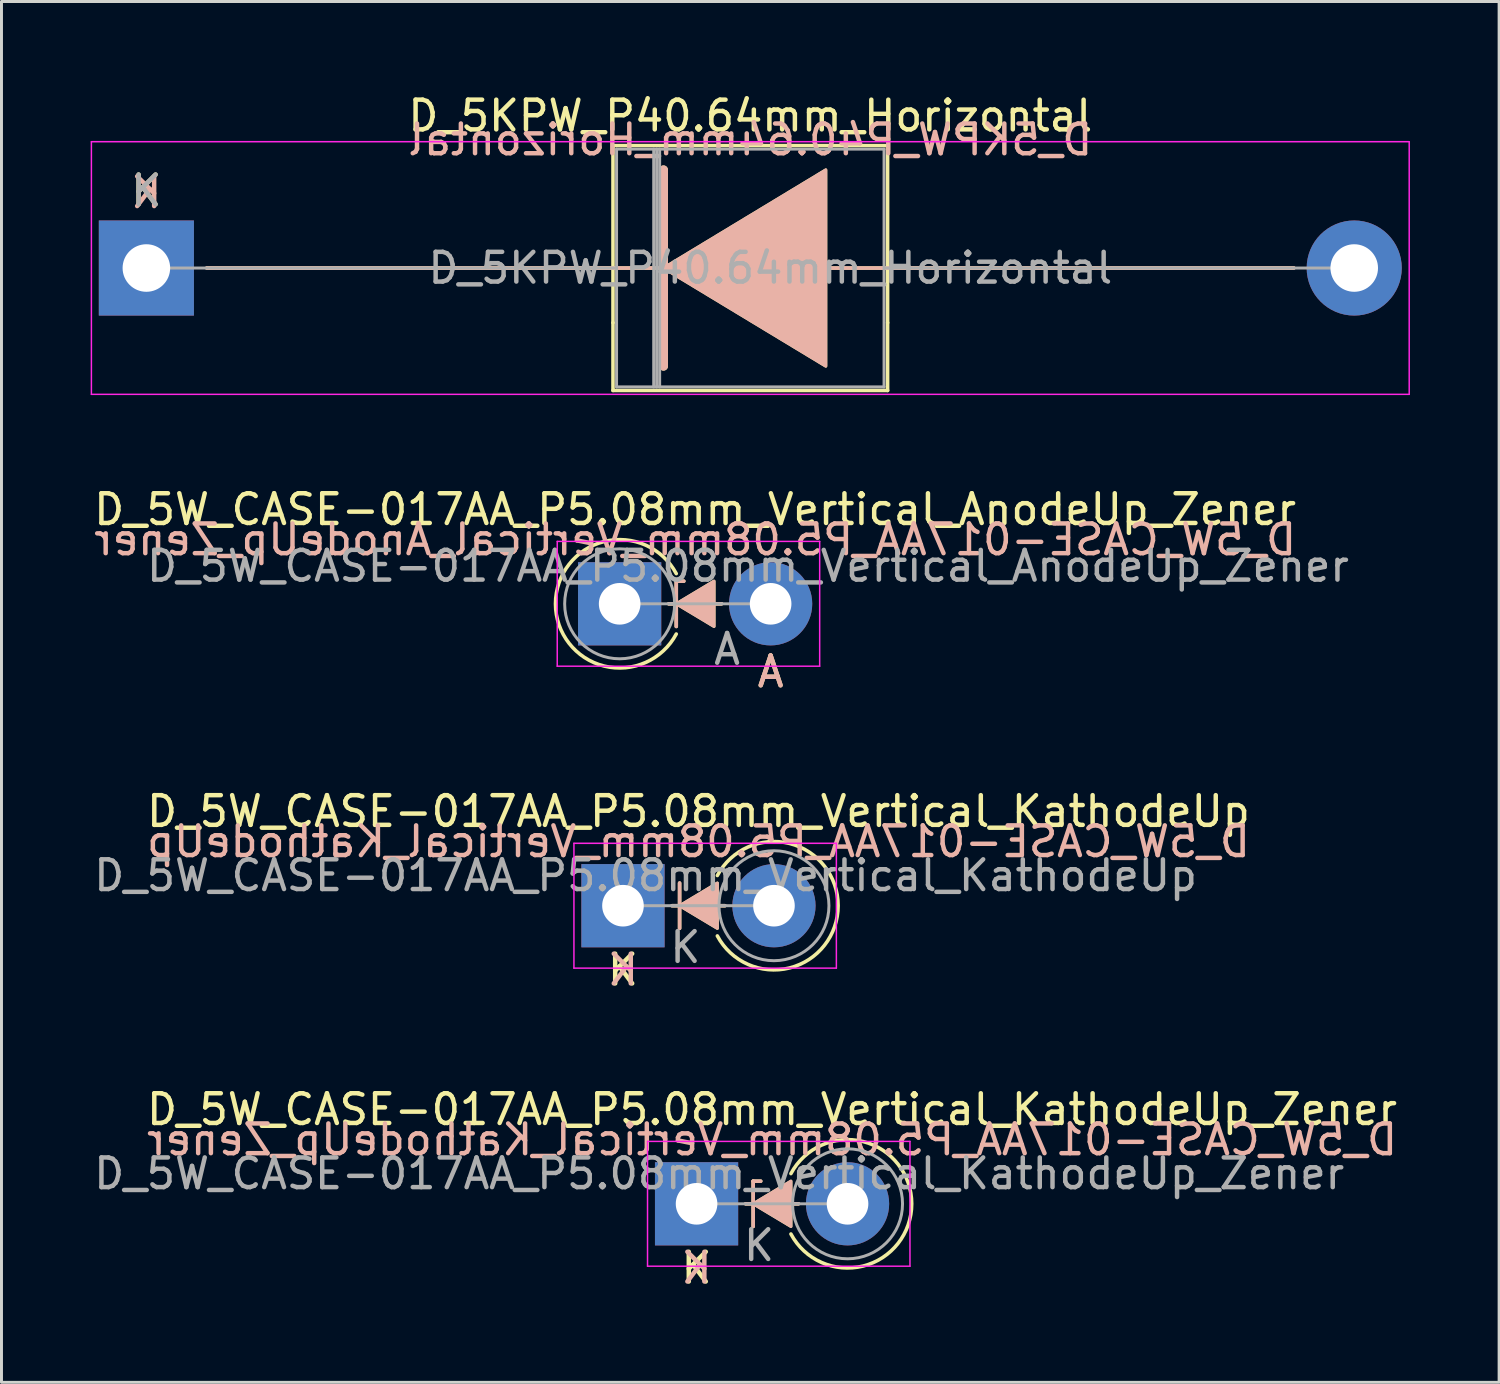
<source format=kicad_pcb>
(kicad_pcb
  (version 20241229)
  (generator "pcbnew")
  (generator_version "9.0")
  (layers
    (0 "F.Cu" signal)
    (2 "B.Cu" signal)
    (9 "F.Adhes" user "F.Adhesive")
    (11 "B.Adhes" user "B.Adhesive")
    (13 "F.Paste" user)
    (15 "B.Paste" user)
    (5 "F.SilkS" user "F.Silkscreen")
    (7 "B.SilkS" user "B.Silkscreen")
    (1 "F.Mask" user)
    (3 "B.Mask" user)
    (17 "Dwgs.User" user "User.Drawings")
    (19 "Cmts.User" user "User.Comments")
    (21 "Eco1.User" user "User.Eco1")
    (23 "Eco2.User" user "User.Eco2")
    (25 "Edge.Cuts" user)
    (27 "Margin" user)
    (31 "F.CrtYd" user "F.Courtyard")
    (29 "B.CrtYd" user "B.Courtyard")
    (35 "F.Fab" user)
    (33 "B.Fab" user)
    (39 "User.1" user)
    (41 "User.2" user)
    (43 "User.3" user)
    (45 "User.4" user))
  (footprint "D_5KPW_P40.64mm_Horizontal"
    (layer "F.Cu")
    (at 1.875 5.968)
    (property "Reference" "D_5KPW_P40.64mm_Horizontal" (at 20.32 -5.12 0) (layer "F.SilkS") (effects (font (size 1 1) (thickness 0.15))))
    (fp_line (start 2.032 0) (end 17.399 0) (stroke (width 0.12) (type solid)) (layer "F.SilkS"))
    (fp_line (start 15.7 -4.12) (end 24.94 -4.12) (stroke (width 0.12) (type solid)) (layer "F.SilkS"))
    (fp_line (start 15.7 1.84) (end 15.7 -4.12) (stroke (width 0.12) (type solid)) (layer "F.SilkS"))
    (fp_line (start 15.7 1.84) (end 15.7 4.12) (stroke (width 0.12) (type solid)) (layer "F.SilkS"))
    (fp_line (start 15.7 4.12) (end 24.94 4.12) (stroke (width 0.12) (type solid)) (layer "F.SilkS"))
    (fp_line (start 17.399 -3.302) (end 17.399 3.302) (stroke (width 0.3) (type solid)) (layer "F.SilkS"))
    (fp_line (start 24.94 -4.12) (end 24.94 1.84) (stroke (width 0.12) (type solid)) (layer "F.SilkS"))
    (fp_line (start 24.94 4.12) (end 24.94 1.84) (stroke (width 0.12) (type solid)) (layer "F.SilkS"))
    (fp_line (start 38.608 0) (end 22.37 0) (stroke (width 0.12) (type solid)) (layer "F.SilkS"))
    (fp_poly (pts (xy 22.86 3.302) (xy 17.399 0) (xy 22.86 -3.302)) (stroke (width 0.1) (type solid)) (fill yes) (layer "F.SilkS"))
    (fp_line (start 2.032 0) (end 17.399 0) (stroke (width 0.12) (type solid)) (layer "B.SilkS"))
    (fp_line (start 17.399 3.302) (end 17.399 -3.302) (stroke (width 0.3) (type solid)) (layer "B.SilkS"))
    (fp_line (start 38.608 0) (end 22.37 0) (stroke (width 0.12) (type solid)) (layer "B.SilkS"))
    (fp_poly (pts (xy 22.86 -3.302) (xy 17.399 0) (xy 22.86 3.302)) (stroke (width 0.1) (type solid)) (fill yes) (layer "B.SilkS"))
    (fp_line (start -1.85 -4.25) (end -1.85 4.25) (stroke (width 0.05) (type solid)) (layer "F.CrtYd"))
    (fp_line (start -1.85 4.25) (end 42.49 4.25) (stroke (width 0.05) (type solid)) (layer "F.CrtYd"))
    (fp_line (start 42.49 -4.25) (end -1.85 -4.25) (stroke (width 0.05) (type solid)) (layer "F.CrtYd"))
    (fp_line (start 42.49 4.25) (end 42.49 -4.25) (stroke (width 0.05) (type solid)) (layer "F.CrtYd"))
    (fp_line (start 0 0) (end 15.82 0) (stroke (width 0.1) (type solid)) (layer "F.Fab"))
    (fp_line (start 15.82 -4) (end 15.82 4) (stroke (width 0.1) (type solid)) (layer "F.Fab"))
    (fp_line (start 15.82 4) (end 24.82 4) (stroke (width 0.1) (type solid)) (layer "F.Fab"))
    (fp_line (start 17.07 -4) (end 17.07 4) (stroke (width 0.1) (type solid)) (layer "F.Fab"))
    (fp_line (start 17.17 -4) (end 17.17 4) (stroke (width 0.1) (type solid)) (layer "F.Fab"))
    (fp_line (start 17.27 -4) (end 17.27 4) (stroke (width 0.1) (type solid)) (layer "F.Fab"))
    (fp_line (start 24.82 -4) (end 15.82 -4) (stroke (width 0.1) (type solid)) (layer "F.Fab"))
    (fp_line (start 24.82 4) (end 24.82 -4) (stroke (width 0.1) (type solid)) (layer "F.Fab"))
    (fp_line (start 40.64 0) (end 24.892 0) (stroke (width 0.1) (type solid)) (layer "F.Fab"))
    (fp_text user "K" (at 0 -2.6 0) (layer "F.SilkS") (effects (font (size 1 1) (thickness 0.15))))
    (fp_text user "K" (at 0 -2.54 180) (layer "B.SilkS") (effects (font (size 1 1) (thickness 0.15)) (justify mirror)))
    (fp_text user "${REFERENCE}" (at 20.32 -4.318 0) (layer "B.SilkS") (effects (font (size 1 1) (thickness 0.15)) (justify mirror)))
    (fp_text user "K" (at 0 -2.6 0) (layer "F.Fab") (effects (font (size 1 1) (thickness 0.15))))
    (fp_text user "${REFERENCE}" (at 20.995 0 0) (layer "F.Fab") (effects (font (size 1 1) (thickness 0.15))))
    (pad "1" thru_hole rect (at 0 0) (size 3.2 3.2) (drill 1.6) (layers "*.Cu" "*.Mask"))
    (pad "2" thru_hole oval (at 40.64 0) (size 3.2 3.2) (drill 1.6) (layers "*.Cu" "*.Mask")))
  (footprint "D_5W_CASE-017AA_P5.08mm_Vertical_AnodeUp_Zener"
    (layer "F.Cu")
    (at 17.799 17.266)
    (property "Reference" "D_5W_CASE-017AA_P5.08mm_Vertical_AnodeUp_Zener" (at 2.54 -3.175 0) (layer "F.SilkS") (effects (font (size 1 1) (thickness 0.15))))
    (attr through_hole)
    (fp_line (start 1.651 0) (end 3.429 0) (stroke (width 0.12) (type solid)) (layer "F.SilkS"))
    (fp_line (start 1.905 -0.762) (end 1.905 0.762) (stroke (width 0.12) (type solid)) (layer "F.SilkS"))
    (fp_line (start 1.905 -0.762) (end 2.159 -0.762) (stroke (width 0.12) (type solid)) (layer "F.SilkS"))
    (fp_arc (start 1.904999 1.016) (mid -2.158999 0) (end 1.904999 -1.016) (stroke (width 0.12) (type solid)) (layer "F.SilkS"))
    (fp_poly (pts (xy 3.175 0.762) (xy 1.905 0) (xy 3.175 -0.762)) (stroke (width 0.1) (type solid)) (fill yes) (layer "F.SilkS"))
    (fp_line (start 1.651 0) (end 3.429 0) (stroke (width 0.12) (type solid)) (layer "B.SilkS"))
    (fp_line (start 1.905 -0.762) (end 2.159 -0.762) (stroke (width 0.12) (type solid)) (layer "B.SilkS"))
    (fp_line (start 1.905 0.762) (end 1.905 -0.762) (stroke (width 0.12) (type solid)) (layer "B.SilkS"))
    (fp_poly (pts (xy 3.175 -0.762) (xy 1.905 0) (xy 3.175 0.762)) (stroke (width 0.1) (type solid)) (fill yes) (layer "B.SilkS"))
    (fp_line (start -2.1 -2.1) (end -2.1 2.1) (stroke (width 0.05) (type solid)) (layer "F.CrtYd"))
    (fp_line (start -2.1 2.1) (end 6.73 2.1) (stroke (width 0.05) (type solid)) (layer "F.CrtYd"))
    (fp_line (start 6.73 -2.1) (end -2.1 -2.1) (stroke (width 0.05) (type solid)) (layer "F.CrtYd"))
    (fp_line (start 6.73 2.1) (end 6.73 -2.1) (stroke (width 0.05) (type solid)) (layer "F.CrtYd"))
    (fp_line (start 0 0) (end 5.08 0) (stroke (width 0.1) (type solid)) (layer "F.Fab"))
    (fp_circle (center 0 0) (end 1.85 0) (stroke (width 0.1) (type solid)) (fill no) (layer "F.Fab"))
    (fp_text user "A" (at 5.08 2.286 0) (layer "F.SilkS") (effects (font (size 1 1) (thickness 0.15))))
    (fp_text user "A" (at 5.08 2.286 0) (layer "B.SilkS") (effects (font (size 1 1) (thickness 0.15)) (justify mirror)))
    (fp_text user "${REFERENCE}" (at 2.54 -2.159 0) (layer "B.SilkS") (effects (font (size 1 1) (thickness 0.15)) (justify mirror)))
    (fp_text user "A" (at 3.615 1.527 0) (layer "F.Fab") (effects (font (size 1 1) (thickness 0.15))))
    (fp_text user "${REFERENCE}" (at 4.318 -1.27 0) (layer "F.Fab") (effects (font (size 1 1) (thickness 0.15))))
    (pad "1" thru_hole rect (at 0 0) (size 2.8 2.8) (drill 1.4) (layers "*.Cu" "*.Mask"))
    (pad "2" thru_hole oval (at 5.08 0) (size 2.8 2.8) (drill 1.4) (layers "*.Cu" "*.Mask")))
  (footprint "D_5W_CASE-017AA_P5.08mm_Vertical_KathodeUp_Zener"
    (layer "F.Cu")
    (at 20.387 37.454)
    (property "Reference" "D_5W_CASE-017AA_P5.08mm_Vertical_KathodeUp_Zener" (at 2.54 -3.175 0) (layer "F.SilkS") (effects (font (size 1 1) (thickness 0.15))))
    (attr through_hole)
    (fp_line (start 1.651 0) (end 3.429 0) (stroke (width 0.12) (type solid)) (layer "F.SilkS"))
    (fp_line (start 1.905 -0.762) (end 1.905 0.762) (stroke (width 0.12) (type solid)) (layer "F.SilkS"))
    (fp_line (start 1.905 -0.762) (end 2.159 -0.762) (stroke (width 0.12) (type solid)) (layer "F.SilkS"))
    (fp_arc (start 3.175 -1.016) (mid 7.238998 0) (end 3.175 1.016) (stroke (width 0.12) (type solid)) (layer "F.SilkS"))
    (fp_poly (pts (xy 3.175 0.762) (xy 1.905 0) (xy 3.175 -0.762)) (stroke (width 0.1) (type solid)) (fill yes) (layer "F.SilkS"))
    (fp_line (start 1.651 0) (end 3.429 0) (stroke (width 0.12) (type solid)) (layer "B.SilkS"))
    (fp_line (start 1.905 -0.762) (end 2.159 -0.762) (stroke (width 0.12) (type solid)) (layer "B.SilkS"))
    (fp_line (start 1.905 0.762) (end 1.905 -0.762) (stroke (width 0.12) (type solid)) (layer "B.SilkS"))
    (fp_poly (pts (xy 3.175 -0.762) (xy 1.905 0) (xy 3.175 0.762)) (stroke (width 0.1) (type solid)) (fill yes) (layer "B.SilkS"))
    (fp_line (start -1.65 -2.1) (end -1.65 2.1) (stroke (width 0.05) (type solid)) (layer "F.CrtYd"))
    (fp_line (start -1.65 2.1) (end 7.18 2.1) (stroke (width 0.05) (type solid)) (layer "F.CrtYd"))
    (fp_line (start 7.18 -2.1) (end -1.65 -2.1) (stroke (width 0.05) (type solid)) (layer "F.CrtYd"))
    (fp_line (start 7.18 2.1) (end 7.18 -2.1) (stroke (width 0.05) (type solid)) (layer "F.CrtYd"))
    (fp_line (start 0 0) (end 5.08 0) (stroke (width 0.1) (type solid)) (layer "F.Fab"))
    (fp_circle (center 5.08 0) (end 6.93 0) (stroke (width 0.1) (type solid)) (fill no) (layer "F.Fab"))
    (fp_text user "K" (at 0 2.159 0) (layer "F.SilkS") (effects (font (size 1 1) (thickness 0.15))))
    (fp_text user "K" (at 0 2.159 0) (layer "B.SilkS") (effects (font (size 1 1) (thickness 0.15)) (justify mirror)))
    (fp_text user "${REFERENCE}" (at 2.54 -2.159 0) (layer "B.SilkS") (effects (font (size 1 1) (thickness 0.15)) (justify mirror)))
    (fp_text user "K" (at 2.1 1.4 0) (layer "F.Fab") (effects (font (size 1 1) (thickness 0.15))))
    (fp_text user "${REFERENCE}" (at 0.762 -1.016 0) (layer "F.Fab") (effects (font (size 1 1) (thickness 0.15))))
    (pad "1" thru_hole rect (at 0 0) (size 2.8 2.8) (drill 1.4) (layers "*.Cu" "*.Mask"))
    (pad "2" thru_hole oval (at 5.08 0) (size 2.8 2.8) (drill 1.4) (layers "*.Cu" "*.Mask")))
  (footprint "D_5W_CASE-017AA_P5.08mm_Vertical_KathodeUp"
    (layer "F.Cu")
    (at 17.911 27.424)
    (property "Reference" "D_5W_CASE-017AA_P5.08mm_Vertical_KathodeUp" (at 2.54 -3.175 0) (layer "F.SilkS") (effects (font (size 1 1) (thickness 0.15))))
    (attr through_hole)
    (fp_line (start 1.651 0) (end 3.429 0) (stroke (width 0.12) (type solid)) (layer "F.SilkS"))
    (fp_line (start 1.905 -0.762) (end 1.905 0.762) (stroke (width 0.12) (type solid)) (layer "F.SilkS"))
    (fp_arc (start 3.175 -1.016) (mid 7.238998 0) (end 3.175 1.016) (stroke (width 0.12) (type solid)) (layer "F.SilkS"))
    (fp_poly (pts (xy 3.175 0.762) (xy 1.905 0) (xy 3.175 -0.762)) (stroke (width 0.1) (type solid)) (fill yes) (layer "F.SilkS"))
    (fp_line (start 1.651 0) (end 3.429 0) (stroke (width 0.12) (type solid)) (layer "B.SilkS"))
    (fp_line (start 1.905 0.762) (end 1.905 -0.762) (stroke (width 0.12) (type solid)) (layer "B.SilkS"))
    (fp_poly (pts (xy 3.175 -0.762) (xy 1.905 0) (xy 3.175 0.762)) (stroke (width 0.1) (type solid)) (fill yes) (layer "B.SilkS"))
    (fp_line (start -1.65 -2.1) (end -1.65 2.1) (stroke (width 0.05) (type solid)) (layer "F.CrtYd"))
    (fp_line (start -1.65 2.1) (end 7.18 2.1) (stroke (width 0.05) (type solid)) (layer "F.CrtYd"))
    (fp_line (start 7.18 -2.1) (end -1.65 -2.1) (stroke (width 0.05) (type solid)) (layer "F.CrtYd"))
    (fp_line (start 7.18 2.1) (end 7.18 -2.1) (stroke (width 0.05) (type solid)) (layer "F.CrtYd"))
    (fp_line (start 0 0) (end 5.08 0) (stroke (width 0.1) (type solid)) (layer "F.Fab"))
    (fp_circle (center 5.08 0) (end 6.93 0) (stroke (width 0.1) (type solid)) (fill no) (layer "F.Fab"))
    (fp_text user "K" (at 0 2.159 0) (layer "F.SilkS") (effects (font (size 1 1) (thickness 0.15))))
    (fp_text user "${REFERENCE}" (at 2.54 -2.159 0) (layer "B.SilkS") (effects (font (size 1 1) (thickness 0.15)) (justify mirror)))
    (fp_text user "K" (at 0 2.159 0) (layer "B.SilkS") (effects (font (size 1 1) (thickness 0.15)) (justify mirror)))
    (fp_text user "K" (at 2.1 1.4 0) (layer "F.Fab") (effects (font (size 1 1) (thickness 0.15))))
    (fp_text user "${REFERENCE}" (at 0.762 -1.016 0) (layer "F.Fab") (effects (font (size 1 1) (thickness 0.15))))
    (pad "1" thru_hole rect (at 0 0) (size 2.8 2.8) (drill 1.4) (layers "*.Cu" "*.Mask"))
    (pad "2" thru_hole oval (at 5.08 0) (size 2.8 2.8) (drill 1.4) (layers "*.Cu" "*.Mask")))
  (gr_rect
    (start -3 -3)
    (end 47.39 43.461)
    (stroke (width 0.1) (type default))
    (fill no)
    (layer "Edge.Cuts")))
</source>
